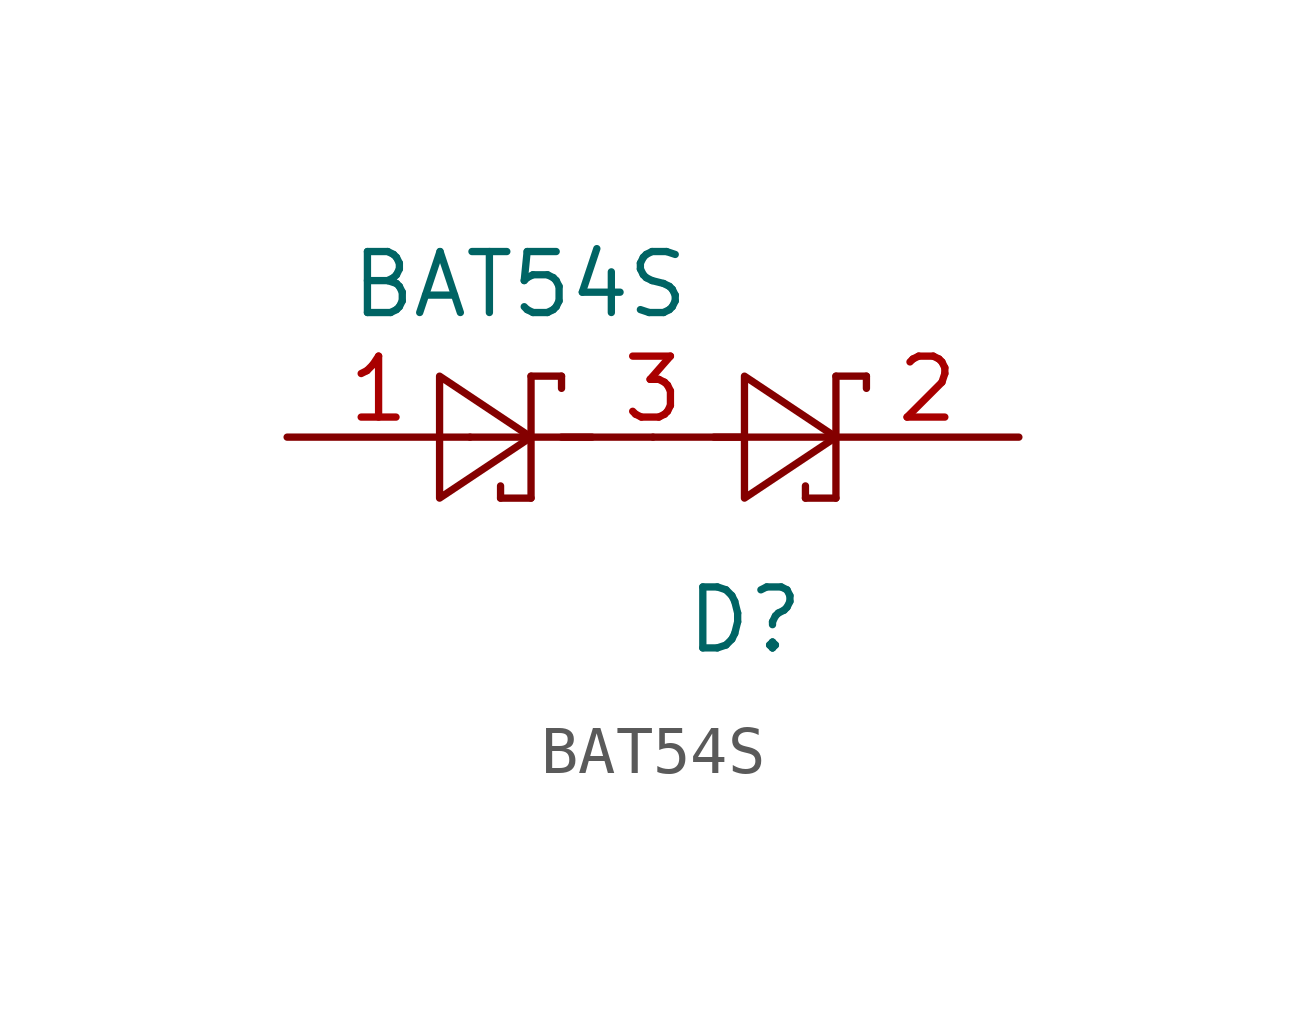
<source format=kicad_sym>
(kicad_symbol_lib
  (version 20241209)
  (generator "kicad_symbol_editor")
  (generator_version "9.0")
  (symbol "BAT54S"
    (pin_names
      (offset 1.016))
    (property "Reference" "D"
      (at 0.635 -3.81 0)
      (effects (font (size 1.27 1.27)) (justify left)))
    (property "Value" "BAT54S"
      (at -6.35 3.175 0)
      (effects (font (size 1.27 1.27)) (justify left)))
    (symbol "BAT54S_0_1"
      (polyline (pts (xy -4.445 1.27) (xy -4.445 -1.27) (xy -2.54 0) (xy -4.445 1.27)) (stroke (width 0) (type solid)) (fill (type none)))
      (polyline (pts (xy -3.81 0) (xy -1.27 0)) (stroke (width 0) (type solid)) (fill (type none)))
      (polyline (pts (xy -3.175 -1.27) (xy -3.175 -1.016)) (stroke (width 0) (type solid)) (fill (type none)))
      (polyline (pts (xy -2.54 1.27) (xy -1.905 1.27)) (stroke (width 0) (type solid)) (fill (type none)))
      (polyline (pts (xy -2.54 -1.27) (xy -3.175 -1.27)) (stroke (width 0) (type solid)) (fill (type none)))
      (polyline (pts (xy -2.54 -1.27) (xy -2.54 1.27)) (stroke (width 0) (type solid)) (fill (type none)))
      (polyline (pts (xy -1.905 1.27) (xy -1.905 1.016)) (stroke (width 0) (type solid)) (fill (type none)))
      (polyline (pts (xy -1.905 0) (xy 1.905 0)) (stroke (width 0) (type solid)) (fill (type none)))
      (polyline (pts (xy 1.27 0) (xy 3.81 0)) (stroke (width 0) (type solid)) (fill (type none)))
      (polyline (pts (xy 1.905 1.27) (xy 1.905 -1.27) (xy 3.81 0) (xy 1.905 1.27)) (stroke (width 0) (type solid)) (fill (type none)))
      (polyline (pts (xy 3.175 -1.27) (xy 3.175 -1.016)) (stroke (width 0) (type solid)) (fill (type none)))
      (polyline (pts (xy 3.81 1.27) (xy 4.445 1.27)) (stroke (width 0) (type solid)) (fill (type none)))
      (polyline (pts (xy 3.81 -1.27) (xy 3.175 -1.27)) (stroke (width 0) (type solid)) (fill (type none)))
      (polyline (pts (xy 3.81 -1.27) (xy 3.81 1.27)) (stroke (width 0) (type solid)) (fill (type none)))
      (polyline (pts (xy 4.445 1.27) (xy 4.445 1.016)) (stroke (width 0) (type solid)) (fill (type none))))
    (symbol "BAT54S_1_1"
      (pin passive line (at -7.62 0 0) (length 3.81) (name "~" (effects (font (size 1.27 1.27)))) (number "1" (effects (font (size 1.27 1.27)))))
      (pin passive line (at 0 0 0) (length 0) (name "~" (effects (font (size 1.27 1.27)))) (number "3" (effects (font (size 1.27 1.27)))))
      (pin passive line (at 7.62 0 180) (length 3.81) (name "~" (effects (font (size 1.27 1.27)))) (number "2" (effects (font (size 1.27 1.27))))))))
</source>
